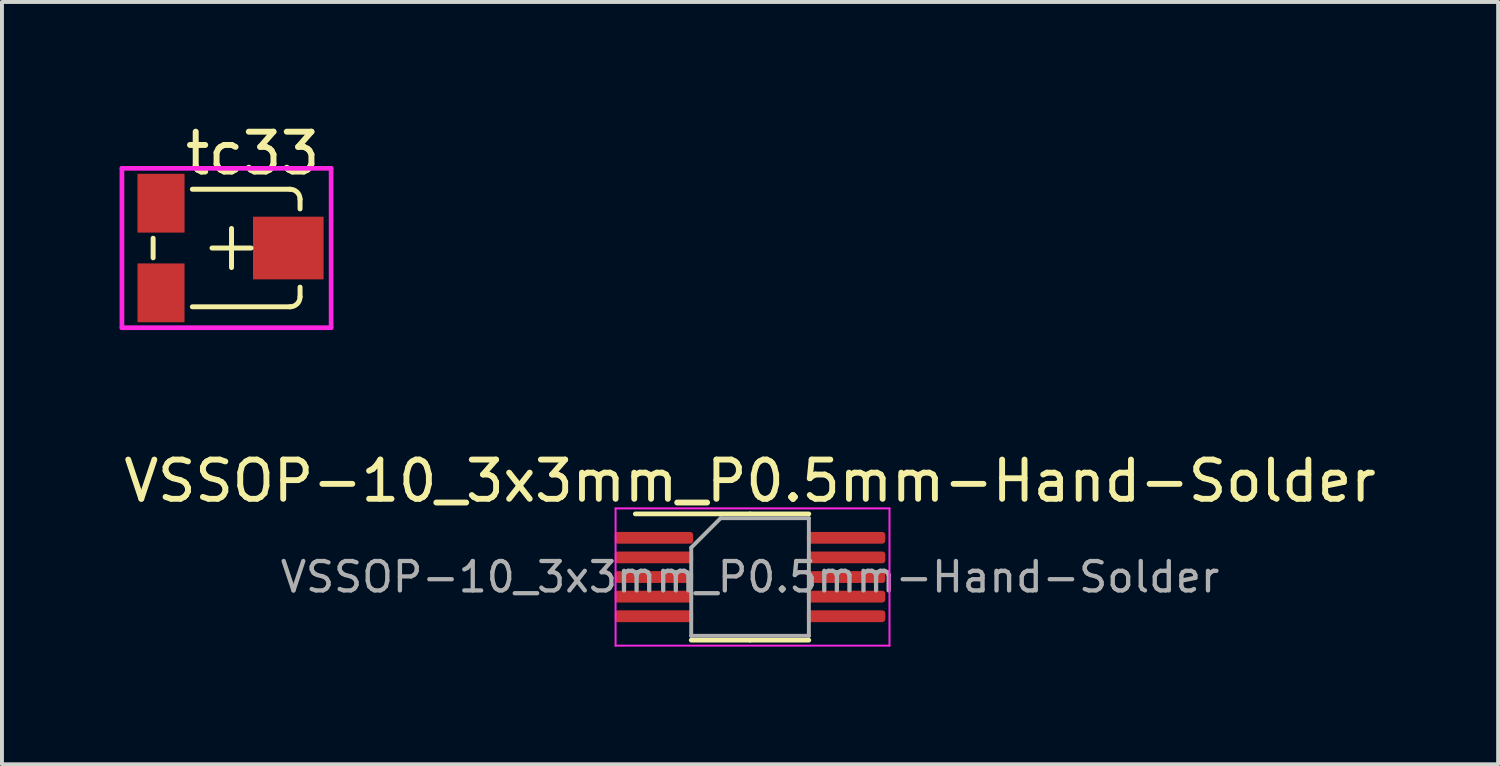
<source format=kicad_pcb>
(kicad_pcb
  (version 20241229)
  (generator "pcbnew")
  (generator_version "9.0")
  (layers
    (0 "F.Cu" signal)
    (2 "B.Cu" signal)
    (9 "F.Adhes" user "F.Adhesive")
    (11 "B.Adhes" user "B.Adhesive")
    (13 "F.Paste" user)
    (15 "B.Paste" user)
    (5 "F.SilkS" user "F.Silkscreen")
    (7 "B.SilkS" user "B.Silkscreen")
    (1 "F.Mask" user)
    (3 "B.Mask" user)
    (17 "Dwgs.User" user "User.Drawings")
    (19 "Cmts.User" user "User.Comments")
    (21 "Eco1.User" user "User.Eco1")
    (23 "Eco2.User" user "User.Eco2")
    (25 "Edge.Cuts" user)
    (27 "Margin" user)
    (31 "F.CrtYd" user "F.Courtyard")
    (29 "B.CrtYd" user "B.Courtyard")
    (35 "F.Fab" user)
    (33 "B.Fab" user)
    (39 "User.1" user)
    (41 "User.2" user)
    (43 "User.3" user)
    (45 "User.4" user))
  (footprint "VSSOP-10_3x3mm_P0.5mm-Hand-Solder"
    (layer "F.Cu")
    (at 16.077 11.665)
    (property "Reference" "VSSOP-10_3x3mm_P0.5mm-Hand-Solder" (at 0 -2.45 0) (layer "F.SilkS") (effects (font (size 1 1) (thickness 0.15))))
    (attr smd)
    (fp_line (start 0 -1.61) (end -2.925 -1.61) (stroke (width 0.12) (type solid)) (layer "F.SilkS"))
    (fp_line (start 0 -1.61) (end 1.5 -1.61) (stroke (width 0.12) (type solid)) (layer "F.SilkS"))
    (fp_line (start 0 1.61) (end -1.5 1.61) (stroke (width 0.12) (type solid)) (layer "F.SilkS"))
    (fp_line (start 0 1.61) (end 1.5 1.61) (stroke (width 0.12) (type solid)) (layer "F.SilkS"))
    (fp_line (start -3.429 -1.75) (end -3.429 1.75) (stroke (width 0.05) (type solid)) (layer "F.CrtYd"))
    (fp_line (start -3.429 1.75) (end 3.556 1.75) (stroke (width 0.05) (type solid)) (layer "F.CrtYd"))
    (fp_line (start 3.556 -1.75) (end -3.429 -1.75) (stroke (width 0.05) (type solid)) (layer "F.CrtYd"))
    (fp_line (start 3.556 1.75) (end 3.556 -1.75) (stroke (width 0.05) (type solid)) (layer "F.CrtYd"))
    (fp_line (start -1.5 -0.75) (end -0.75 -1.5) (stroke (width 0.1) (type solid)) (layer "F.Fab"))
    (fp_line (start -1.5 1.5) (end -1.5 -0.75) (stroke (width 0.1) (type solid)) (layer "F.Fab"))
    (fp_line (start -0.75 -1.5) (end 1.5 -1.5) (stroke (width 0.1) (type solid)) (layer "F.Fab"))
    (fp_line (start 1.5 -1.5) (end 1.5 1.5) (stroke (width 0.1) (type solid)) (layer "F.Fab"))
    (fp_line (start 1.5 1.5) (end -1.5 1.5) (stroke (width 0.1) (type solid)) (layer "F.Fab"))
    (fp_text user "${REFERENCE}" (at 0 0 0) (layer "F.Fab") (effects (font (size 0.75 0.75) (thickness 0.11))))
    (pad "1" smd roundrect (at -2.45 -1) (size 2 0.3) (layers "F.Cu" "F.Mask" "F.Paste") (roundrect_rratio 0.25))
    (pad "2" smd roundrect (at -2.45 -0.5) (size 2 0.3) (layers "F.Cu" "F.Mask" "F.Paste") (roundrect_rratio 0.25))
    (pad "3" smd roundrect (at -2.45 0) (size 2 0.3) (layers "F.Cu" "F.Mask" "F.Paste") (roundrect_rratio 0.25))
    (pad "4" smd roundrect (at -2.45 0.5) (size 2 0.3) (layers "F.Cu" "F.Mask" "F.Paste") (roundrect_rratio 0.25))
    (pad "5" smd roundrect (at -2.45 1) (size 2 0.3) (layers "F.Cu" "F.Mask" "F.Paste") (roundrect_rratio 0.25))
    (pad "6" smd roundrect (at 2.45 1) (size 2 0.3) (layers "F.Cu" "F.Mask" "F.Paste") (roundrect_rratio 0.25))
    (pad "7" smd roundrect (at 2.45 0.5) (size 2 0.3) (layers "F.Cu" "F.Mask" "F.Paste") (roundrect_rratio 0.25))
    (pad "8" smd roundrect (at 2.45 0) (size 2 0.3) (layers "F.Cu" "F.Mask" "F.Paste") (roundrect_rratio 0.25))
    (pad "9" smd roundrect (at 2.45 -0.5) (size 2 0.3) (layers "F.Cu" "F.Mask" "F.Paste") (roundrect_rratio 0.25))
    (pad "10" smd roundrect (at 2.45 -1) (size 2 0.3) (layers "F.Cu" "F.Mask" "F.Paste") (roundrect_rratio 0.25)))
  (footprint "tc33"
    (layer "F.Cu")
    (at 2.854 3.275)
    (property "Reference" "tc33" (at 0.538 -2.413 0) (layer "F.SilkS") (effects (font (size 1.016 1.016) (thickness 0.152))))
    (attr smd)
    (fp_line (start -1.999 0.249) (end -1.999 -0.249) (stroke (width 0.127) (type solid)) (layer "F.SilkS"))
    (fp_line (start -0.998 -1.499) (end 1.494 -1.499) (stroke (width 0.127) (type solid)) (layer "F.SilkS"))
    (fp_line (start 0 -0.498) (end 0 0.498) (stroke (width 0.127) (type solid)) (layer "F.SilkS"))
    (fp_line (start 0.498 0) (end -0.498 0) (stroke (width 0.127) (type solid)) (layer "F.SilkS"))
    (fp_line (start 1.494 1.499) (end -0.998 1.499) (stroke (width 0.127) (type solid)) (layer "F.SilkS"))
    (fp_line (start 1.748 -1.245) (end 1.748 -0.998) (stroke (width 0.127) (type solid)) (layer "F.SilkS"))
    (fp_line (start 1.748 0.998) (end 1.748 1.245) (stroke (width 0.127) (type solid)) (layer "F.SilkS"))
    (fp_arc (start 1.49352 -1.4986) (mid 1.673125 -1.424205) (end 1.74752 -1.2446) (stroke (width 0.127) (type solid)) (layer "F.SilkS"))
    (fp_arc (start 1.74752 1.2446) (mid 1.673125 1.424205) (end 1.49352 1.4986) (stroke (width 0.127) (type solid)) (layer "F.SilkS"))
    (fp_line (start -2.794 -2.032) (end -2.794 2.032) (stroke (width 0.12) (type solid)) (layer "F.CrtYd"))
    (fp_line (start -2.794 2.032) (end 2.54 2.032) (stroke (width 0.12) (type solid)) (layer "F.CrtYd"))
    (fp_line (start 2.54 -2.032) (end -2.794 -2.032) (stroke (width 0.12) (type solid)) (layer "F.CrtYd"))
    (fp_line (start 2.54 2.032) (end 2.54 -2.032) (stroke (width 0.12) (type solid)) (layer "F.CrtYd"))
    (pad "1" smd rect (at -1.798 -1.143 270) (size 1.5 1.2) (layers "F.Cu" "F.Mask" "F.Paste"))
    (pad "2" smd rect (at 1.448 0 270) (size 1.598 1.8) (layers "F.Cu" "F.Mask" "F.Paste"))
    (pad "3" smd rect (at -1.798 1.143 270) (size 1.5 1.199) (layers "F.Cu" "F.Mask" "F.Paste")))
  (gr_rect
    (start -3 -3)
    (end 35.155 16.44)
    (stroke (width 0.1) (type default))
    (fill no)
    (layer "Edge.Cuts")))
</source>
